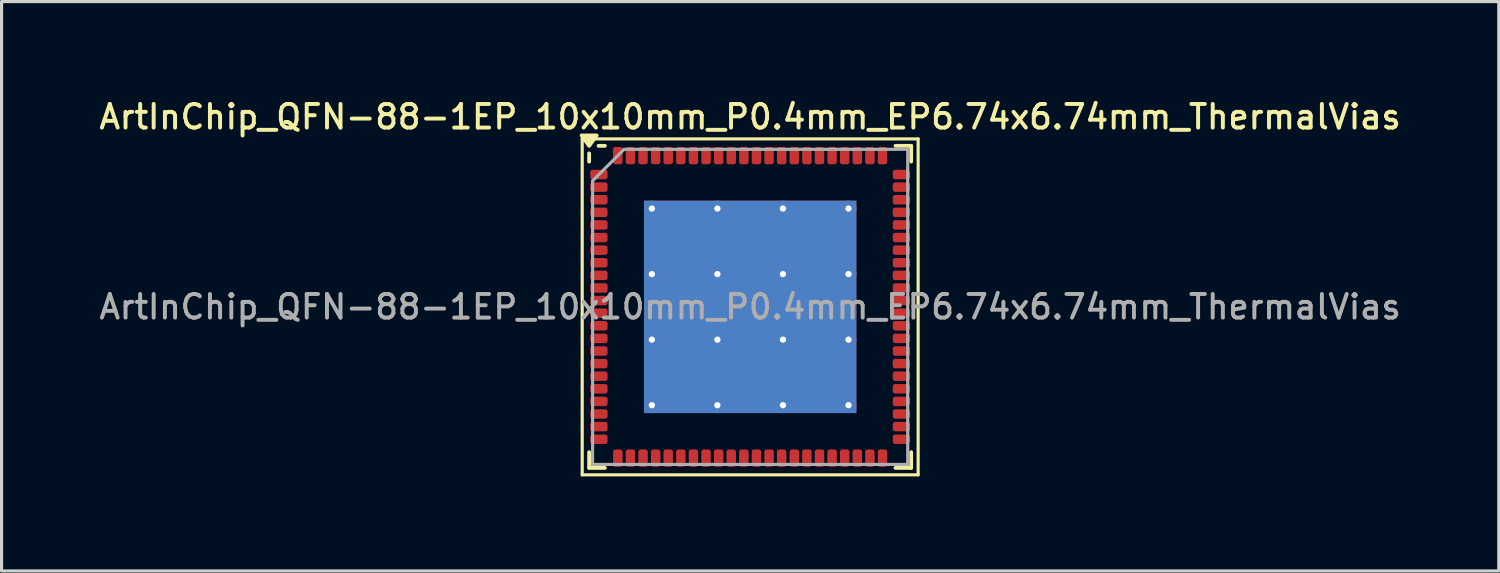
<source format=kicad_pcb>
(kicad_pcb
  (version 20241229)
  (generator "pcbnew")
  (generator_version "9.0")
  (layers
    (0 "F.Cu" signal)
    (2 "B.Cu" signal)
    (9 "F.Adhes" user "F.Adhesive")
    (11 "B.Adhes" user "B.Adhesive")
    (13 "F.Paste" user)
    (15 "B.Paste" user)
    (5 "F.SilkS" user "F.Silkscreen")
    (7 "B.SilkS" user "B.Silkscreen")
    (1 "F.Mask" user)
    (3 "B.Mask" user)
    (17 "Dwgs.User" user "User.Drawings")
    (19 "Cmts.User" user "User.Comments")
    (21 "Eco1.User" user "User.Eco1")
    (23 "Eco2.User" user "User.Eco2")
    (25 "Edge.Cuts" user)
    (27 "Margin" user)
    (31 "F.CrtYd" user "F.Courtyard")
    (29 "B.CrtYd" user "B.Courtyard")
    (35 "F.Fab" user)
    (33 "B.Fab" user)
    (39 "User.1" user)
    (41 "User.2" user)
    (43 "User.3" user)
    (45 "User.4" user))
  (footprint "ArtInChip_QFN-88-1EP_10x10mm_P0.4mm_EP6.74x6.74mm_ThermalVias"
    (layer "F.Cu")
    (at 20.755 6.688)
    (property "Reference" "ArtInChip_QFN-88-1EP_10x10mm_P0.4mm_EP6.74x6.74mm_ThermalVias" (at 0 -6.03 0) (layer "F.SilkS") (effects (font (size 0.75 0.75) (thickness 0.125))))
    (attr smd)
    (fp_line (start -5.33 -5.33) (end -5.33 5.33) (stroke (width 0.1) (type solid)) (layer "F.SilkS"))
    (fp_line (start -5.33 5.33) (end 5.33 5.33) (stroke (width 0.1) (type solid)) (layer "F.SilkS"))
    (fp_line (start -5.11 -4.61) (end -5.11 -4.87) (stroke (width 0.12) (type solid)) (layer "F.SilkS"))
    (fp_line (start -5.11 5.11) (end -5.11 4.61) (stroke (width 0.12) (type solid)) (layer "F.SilkS"))
    (fp_line (start -4.61 -5.11) (end -4.81 -5.11) (stroke (width 0.12) (type solid)) (layer "F.SilkS"))
    (fp_line (start -4.61 5.11) (end -5.11 5.11) (stroke (width 0.12) (type solid)) (layer "F.SilkS"))
    (fp_line (start 4.61 -5.11) (end 5.11 -5.11) (stroke (width 0.12) (type solid)) (layer "F.SilkS"))
    (fp_line (start 4.61 5.11) (end 5.11 5.11) (stroke (width 0.12) (type solid)) (layer "F.SilkS"))
    (fp_line (start 5.11 -5.11) (end 5.11 -4.61) (stroke (width 0.12) (type solid)) (layer "F.SilkS"))
    (fp_line (start 5.11 5.11) (end 5.11 4.61) (stroke (width 0.12) (type solid)) (layer "F.SilkS"))
    (fp_line (start 5.33 -5.33) (end -5.33 -5.33) (stroke (width 0.1) (type solid)) (layer "F.SilkS"))
    (fp_line (start 5.33 5.33) (end 5.33 -5.33) (stroke (width 0.1) (type solid)) (layer "F.SilkS"))
    (fp_poly (pts (xy -5.11 -5.11) (xy -5.35 -5.44) (xy -4.87 -5.44) (xy -5.11 -5.11)) (stroke (width 0.12) (type solid)) (fill yes) (layer "F.SilkS"))
    (fp_line (start -5 -4) (end -4 -5) (stroke (width 0.1) (type solid)) (layer "F.Fab"))
    (fp_line (start -5 5) (end -5 -4) (stroke (width 0.1) (type solid)) (layer "F.Fab"))
    (fp_line (start -4 -5) (end 5 -5) (stroke (width 0.1) (type solid)) (layer "F.Fab"))
    (fp_line (start 5 -5) (end 5 5) (stroke (width 0.1) (type solid)) (layer "F.Fab"))
    (fp_line (start 5 5) (end -5 5) (stroke (width 0.1) (type solid)) (layer "F.Fab"))
    (fp_text user "${REFERENCE}" (at 0 0 0) (layer "F.Fab") (effects (font (size 0.75 0.75) (thickness 0.125))))
    (pad "" smd roundrect (at -2.08 -2.08) (size 1.74 1.74) (layers "F.Paste") (roundrect_rratio 0.144))
    (pad "" smd roundrect (at -2.08 0) (size 1.74 1.74) (layers "F.Paste") (roundrect_rratio 0.144))
    (pad "" smd roundrect (at -2.08 2.08) (size 1.74 1.74) (layers "F.Paste") (roundrect_rratio 0.144))
    (pad "" smd roundrect (at 0 -2.08) (size 1.74 1.74) (layers "F.Paste") (roundrect_rratio 0.144))
    (pad "" smd roundrect (at 0 0) (size 1.74 1.74) (layers "F.Paste") (roundrect_rratio 0.144))
    (pad "" smd roundrect (at 0 2.08) (size 1.74 1.74) (layers "F.Paste") (roundrect_rratio 0.144))
    (pad "" smd roundrect (at 2.08 -2.08) (size 1.74 1.74) (layers "F.Paste") (roundrect_rratio 0.144))
    (pad "" smd roundrect (at 2.08 0) (size 1.74 1.74) (layers "F.Paste") (roundrect_rratio 0.144))
    (pad "" smd roundrect (at 2.08 2.08) (size 1.74 1.74) (layers "F.Paste") (roundrect_rratio 0.144))
    (pad "1" smd roundrect (at -4.8 -4.2) (size 0.55 0.3) (layers "F.Cu" "F.Mask" "F.Paste") (roundrect_rratio 0.25))
    (pad "2" smd roundrect (at -4.8 -3.8) (size 0.55 0.3) (layers "F.Cu" "F.Mask" "F.Paste") (roundrect_rratio 0.25))
    (pad "3" smd roundrect (at -4.8 -3.4) (size 0.55 0.3) (layers "F.Cu" "F.Mask" "F.Paste") (roundrect_rratio 0.25))
    (pad "4" smd roundrect (at -4.8 -3) (size 0.55 0.3) (layers "F.Cu" "F.Mask" "F.Paste") (roundrect_rratio 0.25))
    (pad "5" smd roundrect (at -4.8 -2.6) (size 0.55 0.3) (layers "F.Cu" "F.Mask" "F.Paste") (roundrect_rratio 0.25))
    (pad "6" smd roundrect (at -4.8 -2.2) (size 0.55 0.3) (layers "F.Cu" "F.Mask" "F.Paste") (roundrect_rratio 0.25))
    (pad "7" smd roundrect (at -4.8 -1.8) (size 0.55 0.3) (layers "F.Cu" "F.Mask" "F.Paste") (roundrect_rratio 0.25))
    (pad "8" smd roundrect (at -4.8 -1.4) (size 0.55 0.3) (layers "F.Cu" "F.Mask" "F.Paste") (roundrect_rratio 0.25))
    (pad "9" smd roundrect (at -4.8 -1) (size 0.55 0.3) (layers "F.Cu" "F.Mask" "F.Paste") (roundrect_rratio 0.25))
    (pad "10" smd roundrect (at -4.8 -0.6) (size 0.55 0.3) (layers "F.Cu" "F.Mask" "F.Paste") (roundrect_rratio 0.25))
    (pad "11" smd roundrect (at -4.8 -0.2) (size 0.55 0.3) (layers "F.Cu" "F.Mask" "F.Paste") (roundrect_rratio 0.25))
    (pad "12" smd roundrect (at -4.8 0.2) (size 0.55 0.3) (layers "F.Cu" "F.Mask" "F.Paste") (roundrect_rratio 0.25))
    (pad "13" smd roundrect (at -4.8 0.6) (size 0.55 0.3) (layers "F.Cu" "F.Mask" "F.Paste") (roundrect_rratio 0.25))
    (pad "14" smd roundrect (at -4.8 1) (size 0.55 0.3) (layers "F.Cu" "F.Mask" "F.Paste") (roundrect_rratio 0.25))
    (pad "15" smd roundrect (at -4.8 1.4) (size 0.55 0.3) (layers "F.Cu" "F.Mask" "F.Paste") (roundrect_rratio 0.25))
    (pad "16" smd roundrect (at -4.8 1.8) (size 0.55 0.3) (layers "F.Cu" "F.Mask" "F.Paste") (roundrect_rratio 0.25))
    (pad "17" smd roundrect (at -4.8 2.2) (size 0.55 0.3) (layers "F.Cu" "F.Mask" "F.Paste") (roundrect_rratio 0.25))
    (pad "18" smd roundrect (at -4.8 2.6) (size 0.55 0.3) (layers "F.Cu" "F.Mask" "F.Paste") (roundrect_rratio 0.25))
    (pad "19" smd roundrect (at -4.8 3) (size 0.55 0.3) (layers "F.Cu" "F.Mask" "F.Paste") (roundrect_rratio 0.25))
    (pad "20" smd roundrect (at -4.8 3.4) (size 0.55 0.3) (layers "F.Cu" "F.Mask" "F.Paste") (roundrect_rratio 0.25))
    (pad "21" smd roundrect (at -4.8 3.8) (size 0.55 0.3) (layers "F.Cu" "F.Mask" "F.Paste") (roundrect_rratio 0.25))
    (pad "22" smd roundrect (at -4.8 4.2) (size 0.55 0.3) (layers "F.Cu" "F.Mask" "F.Paste") (roundrect_rratio 0.25))
    (pad "23" smd roundrect (at -4.2 4.8) (size 0.3 0.55) (layers "F.Cu" "F.Mask" "F.Paste") (roundrect_rratio 0.25))
    (pad "24" smd roundrect (at -3.8 4.8) (size 0.3 0.55) (layers "F.Cu" "F.Mask" "F.Paste") (roundrect_rratio 0.25))
    (pad "25" smd roundrect (at -3.4 4.8) (size 0.3 0.55) (layers "F.Cu" "F.Mask" "F.Paste") (roundrect_rratio 0.25))
    (pad "26" smd roundrect (at -3 4.8) (size 0.3 0.55) (layers "F.Cu" "F.Mask" "F.Paste") (roundrect_rratio 0.25))
    (pad "27" smd roundrect (at -2.6 4.8) (size 0.3 0.55) (layers "F.Cu" "F.Mask" "F.Paste") (roundrect_rratio 0.25))
    (pad "28" smd roundrect (at -2.2 4.8) (size 0.3 0.55) (layers "F.Cu" "F.Mask" "F.Paste") (roundrect_rratio 0.25))
    (pad "29" smd roundrect (at -1.8 4.8) (size 0.3 0.55) (layers "F.Cu" "F.Mask" "F.Paste") (roundrect_rratio 0.25))
    (pad "30" smd roundrect (at -1.4 4.8) (size 0.3 0.55) (layers "F.Cu" "F.Mask" "F.Paste") (roundrect_rratio 0.25))
    (pad "31" smd roundrect (at -1 4.8) (size 0.3 0.55) (layers "F.Cu" "F.Mask" "F.Paste") (roundrect_rratio 0.25))
    (pad "32" smd roundrect (at -0.6 4.8) (size 0.3 0.55) (layers "F.Cu" "F.Mask" "F.Paste") (roundrect_rratio 0.25))
    (pad "33" smd roundrect (at -0.2 4.8) (size 0.3 0.55) (layers "F.Cu" "F.Mask" "F.Paste") (roundrect_rratio 0.25))
    (pad "34" smd roundrect (at 0.2 4.8) (size 0.3 0.55) (layers "F.Cu" "F.Mask" "F.Paste") (roundrect_rratio 0.25))
    (pad "35" smd roundrect (at 0.6 4.8) (size 0.3 0.55) (layers "F.Cu" "F.Mask" "F.Paste") (roundrect_rratio 0.25))
    (pad "36" smd roundrect (at 1 4.8) (size 0.3 0.55) (layers "F.Cu" "F.Mask" "F.Paste") (roundrect_rratio 0.25))
    (pad "37" smd roundrect (at 1.4 4.8) (size 0.3 0.55) (layers "F.Cu" "F.Mask" "F.Paste") (roundrect_rratio 0.25))
    (pad "38" smd roundrect (at 1.8 4.8) (size 0.3 0.55) (layers "F.Cu" "F.Mask" "F.Paste") (roundrect_rratio 0.25))
    (pad "39" smd roundrect (at 2.2 4.8) (size 0.3 0.55) (layers "F.Cu" "F.Mask" "F.Paste") (roundrect_rratio 0.25))
    (pad "40" smd roundrect (at 2.6 4.8) (size 0.3 0.55) (layers "F.Cu" "F.Mask" "F.Paste") (roundrect_rratio 0.25))
    (pad "41" smd roundrect (at 3 4.8) (size 0.3 0.55) (layers "F.Cu" "F.Mask" "F.Paste") (roundrect_rratio 0.25))
    (pad "42" smd roundrect (at 3.4 4.8) (size 0.3 0.55) (layers "F.Cu" "F.Mask" "F.Paste") (roundrect_rratio 0.25))
    (pad "43" smd roundrect (at 3.8 4.8) (size 0.3 0.55) (layers "F.Cu" "F.Mask" "F.Paste") (roundrect_rratio 0.25))
    (pad "44" smd roundrect (at 4.2 4.8) (size 0.3 0.55) (layers "F.Cu" "F.Mask" "F.Paste") (roundrect_rratio 0.25))
    (pad "45" smd roundrect (at 4.8 4.2) (size 0.55 0.3) (layers "F.Cu" "F.Mask" "F.Paste") (roundrect_rratio 0.25))
    (pad "46" smd roundrect (at 4.8 3.8) (size 0.55 0.3) (layers "F.Cu" "F.Mask" "F.Paste") (roundrect_rratio 0.25))
    (pad "47" smd roundrect (at 4.8 3.4) (size 0.55 0.3) (layers "F.Cu" "F.Mask" "F.Paste") (roundrect_rratio 0.25))
    (pad "48" smd roundrect (at 4.8 3) (size 0.55 0.3) (layers "F.Cu" "F.Mask" "F.Paste") (roundrect_rratio 0.25))
    (pad "49" smd roundrect (at 4.8 2.6) (size 0.55 0.3) (layers "F.Cu" "F.Mask" "F.Paste") (roundrect_rratio 0.25))
    (pad "50" smd roundrect (at 4.8 2.2) (size 0.55 0.3) (layers "F.Cu" "F.Mask" "F.Paste") (roundrect_rratio 0.25))
    (pad "51" smd roundrect (at 4.8 1.8) (size 0.55 0.3) (layers "F.Cu" "F.Mask" "F.Paste") (roundrect_rratio 0.25))
    (pad "52" smd roundrect (at 4.8 1.4) (size 0.55 0.3) (layers "F.Cu" "F.Mask" "F.Paste") (roundrect_rratio 0.25))
    (pad "53" smd roundrect (at 4.8 1) (size 0.55 0.3) (layers "F.Cu" "F.Mask" "F.Paste") (roundrect_rratio 0.25))
    (pad "54" smd roundrect (at 4.8 0.6) (size 0.55 0.3) (layers "F.Cu" "F.Mask" "F.Paste") (roundrect_rratio 0.25))
    (pad "55" smd roundrect (at 4.8 0.2) (size 0.55 0.3) (layers "F.Cu" "F.Mask" "F.Paste") (roundrect_rratio 0.25))
    (pad "56" smd roundrect (at 4.8 -0.2) (size 0.55 0.3) (layers "F.Cu" "F.Mask" "F.Paste") (roundrect_rratio 0.25))
    (pad "57" smd roundrect (at 4.8 -0.6) (size 0.55 0.3) (layers "F.Cu" "F.Mask" "F.Paste") (roundrect_rratio 0.25))
    (pad "58" smd roundrect (at 4.8 -1) (size 0.55 0.3) (layers "F.Cu" "F.Mask" "F.Paste") (roundrect_rratio 0.25))
    (pad "59" smd roundrect (at 4.8 -1.4) (size 0.55 0.3) (layers "F.Cu" "F.Mask" "F.Paste") (roundrect_rratio 0.25))
    (pad "60" smd roundrect (at 4.8 -1.8) (size 0.55 0.3) (layers "F.Cu" "F.Mask" "F.Paste") (roundrect_rratio 0.25))
    (pad "61" smd roundrect (at 4.8 -2.2) (size 0.55 0.3) (layers "F.Cu" "F.Mask" "F.Paste") (roundrect_rratio 0.25))
    (pad "62" smd roundrect (at 4.8 -2.6) (size 0.55 0.3) (layers "F.Cu" "F.Mask" "F.Paste") (roundrect_rratio 0.25))
    (pad "63" smd roundrect (at 4.8 -3) (size 0.55 0.3) (layers "F.Cu" "F.Mask" "F.Paste") (roundrect_rratio 0.25))
    (pad "64" smd roundrect (at 4.8 -3.4) (size 0.55 0.3) (layers "F.Cu" "F.Mask" "F.Paste") (roundrect_rratio 0.25))
    (pad "65" smd roundrect (at 4.8 -3.8) (size 0.55 0.3) (layers "F.Cu" "F.Mask" "F.Paste") (roundrect_rratio 0.25))
    (pad "66" smd roundrect (at 4.8 -4.2) (size 0.55 0.3) (layers "F.Cu" "F.Mask" "F.Paste") (roundrect_rratio 0.25))
    (pad "67" smd roundrect (at 4.2 -4.8) (size 0.3 0.55) (layers "F.Cu" "F.Mask" "F.Paste") (roundrect_rratio 0.25))
    (pad "68" smd roundrect (at 3.8 -4.8) (size 0.3 0.55) (layers "F.Cu" "F.Mask" "F.Paste") (roundrect_rratio 0.25))
    (pad "69" smd roundrect (at 3.4 -4.8) (size 0.3 0.55) (layers "F.Cu" "F.Mask" "F.Paste") (roundrect_rratio 0.25))
    (pad "70" smd roundrect (at 3 -4.8) (size 0.3 0.55) (layers "F.Cu" "F.Mask" "F.Paste") (roundrect_rratio 0.25))
    (pad "71" smd roundrect (at 2.6 -4.8) (size 0.3 0.55) (layers "F.Cu" "F.Mask" "F.Paste") (roundrect_rratio 0.25))
    (pad "72" smd roundrect (at 2.2 -4.8) (size 0.3 0.55) (layers "F.Cu" "F.Mask" "F.Paste") (roundrect_rratio 0.25))
    (pad "73" smd roundrect (at 1.8 -4.8) (size 0.3 0.55) (layers "F.Cu" "F.Mask" "F.Paste") (roundrect_rratio 0.25))
    (pad "74" smd roundrect (at 1.4 -4.8) (size 0.3 0.55) (layers "F.Cu" "F.Mask" "F.Paste") (roundrect_rratio 0.25))
    (pad "75" smd roundrect (at 1 -4.8) (size 0.3 0.55) (layers "F.Cu" "F.Mask" "F.Paste") (roundrect_rratio 0.25))
    (pad "76" smd roundrect (at 0.6 -4.8) (size 0.3 0.55) (layers "F.Cu" "F.Mask" "F.Paste") (roundrect_rratio 0.25))
    (pad "77" smd roundrect (at 0.2 -4.8) (size 0.3 0.55) (layers "F.Cu" "F.Mask" "F.Paste") (roundrect_rratio 0.25))
    (pad "78" smd roundrect (at -0.2 -4.8) (size 0.3 0.55) (layers "F.Cu" "F.Mask" "F.Paste") (roundrect_rratio 0.25))
    (pad "79" smd roundrect (at -0.6 -4.8) (size 0.3 0.55) (layers "F.Cu" "F.Mask" "F.Paste") (roundrect_rratio 0.25))
    (pad "80" smd roundrect (at -1 -4.8) (size 0.3 0.55) (layers "F.Cu" "F.Mask" "F.Paste") (roundrect_rratio 0.25))
    (pad "81" smd roundrect (at -1.4 -4.8) (size 0.3 0.55) (layers "F.Cu" "F.Mask" "F.Paste") (roundrect_rratio 0.25))
    (pad "82" smd roundrect (at -1.8 -4.8) (size 0.3 0.55) (layers "F.Cu" "F.Mask" "F.Paste") (roundrect_rratio 0.25))
    (pad "83" smd roundrect (at -2.2 -4.8) (size 0.3 0.55) (layers "F.Cu" "F.Mask" "F.Paste") (roundrect_rratio 0.25))
    (pad "84" smd roundrect (at -2.6 -4.8) (size 0.3 0.55) (layers "F.Cu" "F.Mask" "F.Paste") (roundrect_rratio 0.25))
    (pad "85" smd roundrect (at -3 -4.8) (size 0.3 0.55) (layers "F.Cu" "F.Mask" "F.Paste") (roundrect_rratio 0.25))
    (pad "86" smd roundrect (at -3.4 -4.8) (size 0.3 0.55) (layers "F.Cu" "F.Mask" "F.Paste") (roundrect_rratio 0.25))
    (pad "87" smd roundrect (at -3.8 -4.8) (size 0.3 0.55) (layers "F.Cu" "F.Mask" "F.Paste") (roundrect_rratio 0.25))
    (pad "88" smd roundrect (at -4.2 -4.8) (size 0.3 0.55) (layers "F.Cu" "F.Mask" "F.Paste") (roundrect_rratio 0.25))
    (pad "89" thru_hole circle (at -3.12 -3.12) (size 0.5 0.5) (drill 0.2) (property pad_prop_heatsink) (layers "*.Cu"))
    (pad "89" thru_hole circle (at -3.12 -1.04) (size 0.5 0.5) (drill 0.2) (property pad_prop_heatsink) (layers "*.Cu"))
    (pad "89" thru_hole circle (at -3.12 1.04) (size 0.5 0.5) (drill 0.2) (property pad_prop_heatsink) (layers "*.Cu"))
    (pad "89" thru_hole circle (at -3.12 3.12) (size 0.5 0.5) (drill 0.2) (property pad_prop_heatsink) (layers "*.Cu"))
    (pad "89" thru_hole circle (at -1.04 -3.12) (size 0.5 0.5) (drill 0.2) (property pad_prop_heatsink) (layers "*.Cu"))
    (pad "89" thru_hole circle (at -1.04 -1.04) (size 0.5 0.5) (drill 0.2) (property pad_prop_heatsink) (layers "*.Cu"))
    (pad "89" thru_hole circle (at -1.04 1.04) (size 0.5 0.5) (drill 0.2) (property pad_prop_heatsink) (layers "*.Cu"))
    (pad "89" thru_hole circle (at -1.04 3.12) (size 0.5 0.5) (drill 0.2) (property pad_prop_heatsink) (layers "*.Cu"))
    (pad "89" smd rect (at 0 0) (size 6.74 6.74) (property pad_prop_heatsink) (layers "F.Cu" "F.Mask"))
    (pad "89" smd rect (at 0 0) (size 6.74 6.74) (property pad_prop_heatsink) (layers "B.Cu"))
    (pad "89" thru_hole circle (at 1.04 -3.12) (size 0.5 0.5) (drill 0.2) (property pad_prop_heatsink) (layers "*.Cu"))
    (pad "89" thru_hole circle (at 1.04 -1.04) (size 0.5 0.5) (drill 0.2) (property pad_prop_heatsink) (layers "*.Cu"))
    (pad "89" thru_hole circle (at 1.04 1.04) (size 0.5 0.5) (drill 0.2) (property pad_prop_heatsink) (layers "*.Cu"))
    (pad "89" thru_hole circle (at 1.04 3.12) (size 0.5 0.5) (drill 0.2) (property pad_prop_heatsink) (layers "*.Cu"))
    (pad "89" thru_hole circle (at 3.12 -3.12) (size 0.5 0.5) (drill 0.2) (property pad_prop_heatsink) (layers "*.Cu"))
    (pad "89" thru_hole circle (at 3.12 -1.04) (size 0.5 0.5) (drill 0.2) (property pad_prop_heatsink) (layers "*.Cu"))
    (pad "89" thru_hole circle (at 3.12 1.04) (size 0.5 0.5) (drill 0.2) (property pad_prop_heatsink) (layers "*.Cu"))
    (pad "89" thru_hole circle (at 3.12 3.12) (size 0.5 0.5) (drill 0.2) (property pad_prop_heatsink) (layers "*.Cu")))
  (gr_rect
    (start -3 -3)
    (end 44.511 15.068)
    (stroke (width 0.1) (type default))
    (fill no)
    (layer "Edge.Cuts")))
</source>
